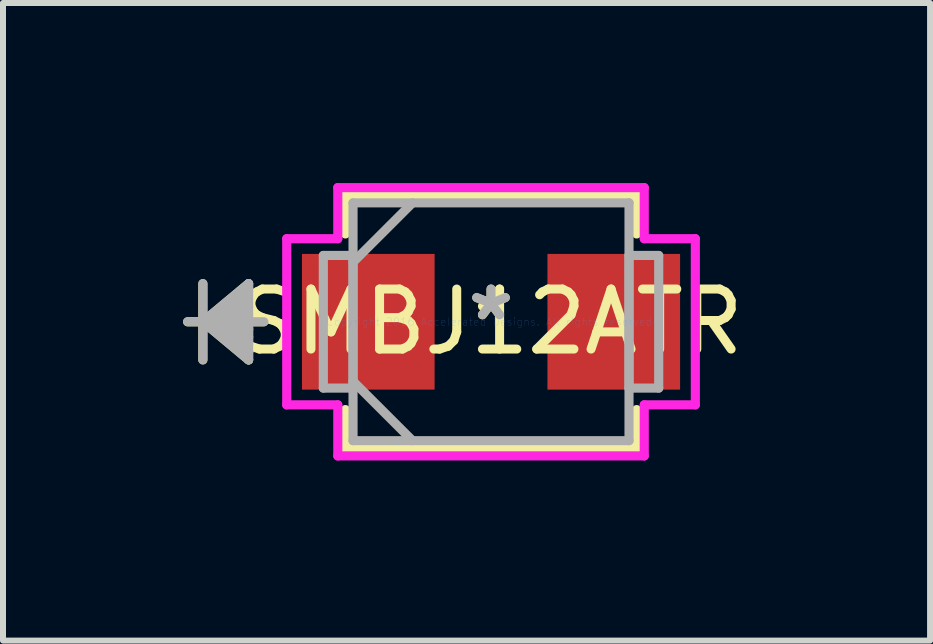
<source format=kicad_pcb>
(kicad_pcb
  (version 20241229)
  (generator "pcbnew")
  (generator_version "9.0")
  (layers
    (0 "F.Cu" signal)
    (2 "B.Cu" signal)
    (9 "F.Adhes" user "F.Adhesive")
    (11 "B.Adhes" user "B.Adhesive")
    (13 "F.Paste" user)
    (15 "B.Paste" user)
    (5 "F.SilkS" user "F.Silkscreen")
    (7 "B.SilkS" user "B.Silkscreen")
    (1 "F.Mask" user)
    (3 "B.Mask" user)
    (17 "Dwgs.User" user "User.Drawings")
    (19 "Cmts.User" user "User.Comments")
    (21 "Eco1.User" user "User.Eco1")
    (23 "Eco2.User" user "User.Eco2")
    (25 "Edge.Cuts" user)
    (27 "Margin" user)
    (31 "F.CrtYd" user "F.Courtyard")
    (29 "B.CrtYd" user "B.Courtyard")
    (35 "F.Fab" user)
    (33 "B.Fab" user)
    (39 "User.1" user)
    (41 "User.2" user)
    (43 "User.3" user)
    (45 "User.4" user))
  (footprint "SMBJ12ATR"
    (layer "F.Cu")
    (at 5.131 2.311)
    (property "Reference" "SMBJ12ATR" (at 0 0 0) (layer "F.SilkS") (effects (font (size 1 1) (thickness 0.15))))
    (attr through_hole)
    (fp_line (start -4.801 -0.635) (end -4.801 0.635) (stroke (width 0.152) (type solid)) (layer "F.SilkS"))
    (fp_line (start -4.801 0) (end -4.039 -0.635) (stroke (width 0.152) (type solid)) (layer "F.SilkS"))
    (fp_line (start -4.801 0) (end -4.039 -0.508) (stroke (width 0.152) (type solid)) (layer "F.SilkS"))
    (fp_line (start -4.801 0) (end -4.039 -0.381) (stroke (width 0.152) (type solid)) (layer "F.SilkS"))
    (fp_line (start -4.801 0) (end -4.039 -0.254) (stroke (width 0.152) (type solid)) (layer "F.SilkS"))
    (fp_line (start -4.801 0) (end -4.039 -0.127) (stroke (width 0.152) (type solid)) (layer "F.SilkS"))
    (fp_line (start -4.801 0) (end -4.039 0.127) (stroke (width 0.152) (type solid)) (layer "F.SilkS"))
    (fp_line (start -4.801 0) (end -4.039 0.254) (stroke (width 0.152) (type solid)) (layer "F.SilkS"))
    (fp_line (start -4.801 0) (end -4.039 0.381) (stroke (width 0.152) (type solid)) (layer "F.SilkS"))
    (fp_line (start -4.801 0) (end -4.039 0.508) (stroke (width 0.152) (type solid)) (layer "F.SilkS"))
    (fp_line (start -4.801 0) (end -4.039 0.635) (stroke (width 0.152) (type solid)) (layer "F.SilkS"))
    (fp_line (start -4.039 -0.635) (end -4.039 0.635) (stroke (width 0.152) (type solid)) (layer "F.SilkS"))
    (fp_line (start -3.785 0) (end -5.055 0) (stroke (width 0.152) (type solid)) (layer "F.SilkS"))
    (fp_line (start -2.426 -2.108) (end -2.426 -1.463) (stroke (width 0.152) (type solid)) (layer "F.SilkS"))
    (fp_line (start -2.426 1.463) (end -2.426 2.108) (stroke (width 0.152) (type solid)) (layer "F.SilkS"))
    (fp_line (start -2.426 2.108) (end 2.426 2.108) (stroke (width 0.152) (type solid)) (layer "F.SilkS"))
    (fp_line (start 2.426 -2.108) (end -2.426 -2.108) (stroke (width 0.152) (type solid)) (layer "F.SilkS"))
    (fp_line (start 2.426 -1.463) (end 2.426 -2.108) (stroke (width 0.152) (type solid)) (layer "F.SilkS"))
    (fp_line (start 2.426 2.108) (end 2.426 1.463) (stroke (width 0.152) (type solid)) (layer "F.SilkS"))
    (fp_line (start -3.404 -1.384) (end -2.553 -1.384) (stroke (width 0.152) (type solid)) (layer "F.CrtYd"))
    (fp_line (start -3.404 1.384) (end -3.404 -1.384) (stroke (width 0.152) (type solid)) (layer "F.CrtYd"))
    (fp_line (start -2.553 -2.235) (end 2.553 -2.235) (stroke (width 0.152) (type solid)) (layer "F.CrtYd"))
    (fp_line (start -2.553 -1.384) (end -2.553 -2.235) (stroke (width 0.152) (type solid)) (layer "F.CrtYd"))
    (fp_line (start -2.553 1.384) (end -3.404 1.384) (stroke (width 0.152) (type solid)) (layer "F.CrtYd"))
    (fp_line (start -2.553 2.235) (end -2.553 1.384) (stroke (width 0.152) (type solid)) (layer "F.CrtYd"))
    (fp_line (start 2.553 -2.235) (end 2.553 -1.384) (stroke (width 0.152) (type solid)) (layer "F.CrtYd"))
    (fp_line (start 2.553 -1.384) (end 3.404 -1.384) (stroke (width 0.152) (type solid)) (layer "F.CrtYd"))
    (fp_line (start 2.553 1.384) (end 2.553 2.235) (stroke (width 0.152) (type solid)) (layer "F.CrtYd"))
    (fp_line (start 2.553 2.235) (end -2.553 2.235) (stroke (width 0.152) (type solid)) (layer "F.CrtYd"))
    (fp_line (start 3.404 -1.384) (end 3.404 1.384) (stroke (width 0.152) (type solid)) (layer "F.CrtYd"))
    (fp_line (start 3.404 1.384) (end 2.553 1.384) (stroke (width 0.152) (type solid)) (layer "F.CrtYd"))
    (fp_line (start -4.801 -0.635) (end -4.801 0.635) (stroke (width 0.152) (type solid)) (layer "F.Fab"))
    (fp_line (start -4.801 0) (end -4.039 -0.635) (stroke (width 0.152) (type solid)) (layer "F.Fab"))
    (fp_line (start -4.801 0) (end -4.039 -0.508) (stroke (width 0.152) (type solid)) (layer "F.Fab"))
    (fp_line (start -4.801 0) (end -4.039 -0.381) (stroke (width 0.152) (type solid)) (layer "F.Fab"))
    (fp_line (start -4.801 0) (end -4.039 -0.254) (stroke (width 0.152) (type solid)) (layer "F.Fab"))
    (fp_line (start -4.801 0) (end -4.039 -0.127) (stroke (width 0.152) (type solid)) (layer "F.Fab"))
    (fp_line (start -4.801 0) (end -4.039 0.127) (stroke (width 0.152) (type solid)) (layer "F.Fab"))
    (fp_line (start -4.801 0) (end -4.039 0.254) (stroke (width 0.152) (type solid)) (layer "F.Fab"))
    (fp_line (start -4.801 0) (end -4.039 0.381) (stroke (width 0.152) (type solid)) (layer "F.Fab"))
    (fp_line (start -4.801 0) (end -4.039 0.508) (stroke (width 0.152) (type solid)) (layer "F.Fab"))
    (fp_line (start -4.801 0) (end -4.039 0.635) (stroke (width 0.152) (type solid)) (layer "F.Fab"))
    (fp_line (start -4.039 -0.635) (end -4.039 0.635) (stroke (width 0.152) (type solid)) (layer "F.Fab"))
    (fp_line (start -3.785 0) (end -5.055 0) (stroke (width 0.152) (type solid)) (layer "F.Fab"))
    (fp_line (start -2.794 -1.105) (end -2.794 1.105) (stroke (width 0.152) (type solid)) (layer "F.Fab"))
    (fp_line (start -2.794 1.105) (end -2.299 1.105) (stroke (width 0.152) (type solid)) (layer "F.Fab"))
    (fp_line (start -2.299 -1.981) (end -2.299 1.981) (stroke (width 0.152) (type solid)) (layer "F.Fab"))
    (fp_line (start -2.299 -1.105) (end -2.794 -1.105) (stroke (width 0.152) (type solid)) (layer "F.Fab"))
    (fp_line (start -2.299 -0.991) (end -1.308 -1.981) (stroke (width 0.152) (type solid)) (layer "F.Fab"))
    (fp_line (start -2.299 0.991) (end -1.308 1.981) (stroke (width 0.152) (type solid)) (layer "F.Fab"))
    (fp_line (start -2.299 1.105) (end -2.299 -1.105) (stroke (width 0.152) (type solid)) (layer "F.Fab"))
    (fp_line (start -2.299 1.981) (end 2.299 1.981) (stroke (width 0.152) (type solid)) (layer "F.Fab"))
    (fp_line (start 2.299 -1.981) (end -2.299 -1.981) (stroke (width 0.152) (type solid)) (layer "F.Fab"))
    (fp_line (start 2.299 -1.105) (end 2.299 1.105) (stroke (width 0.152) (type solid)) (layer "F.Fab"))
    (fp_line (start 2.299 1.105) (end 2.794 1.105) (stroke (width 0.152) (type solid)) (layer "F.Fab"))
    (fp_line (start 2.299 1.981) (end 2.299 -1.981) (stroke (width 0.152) (type solid)) (layer "F.Fab"))
    (fp_line (start 2.794 -1.105) (end 2.299 -1.105) (stroke (width 0.152) (type solid)) (layer "F.Fab"))
    (fp_line (start 2.794 1.105) (end 2.794 -1.105) (stroke (width 0.152) (type solid)) (layer "F.Fab"))
    (fp_text user "*" (at 0 0 0) (layer "F.SilkS") (effects (font (size 1 1) (thickness 0.15))))
    (fp_text user "Copyright 2016 Accelerated Designs. All rights reserved." (at 0 0 0) (layer "Cmts.User") (effects (font (size 0.127 0.127) (thickness 0.002))))
    (fp_text user "*" (at 0 0 0) (layer "F.Fab") (effects (font (size 1 1) (thickness 0.15))))
    (pad "1" smd rect (at -2.045 0) (size 2.21 2.261) (layers "F.Cu" "F.Mask" "F.Paste"))
    (pad "2" smd rect (at 2.045 0) (size 2.21 2.261) (layers "F.Cu" "F.Mask" "F.Paste")))
  (gr_rect
    (start -3 -3)
    (end 12.446 7.623)
    (stroke (width 0.1) (type default))
    (fill no)
    (layer "Edge.Cuts")))
</source>
